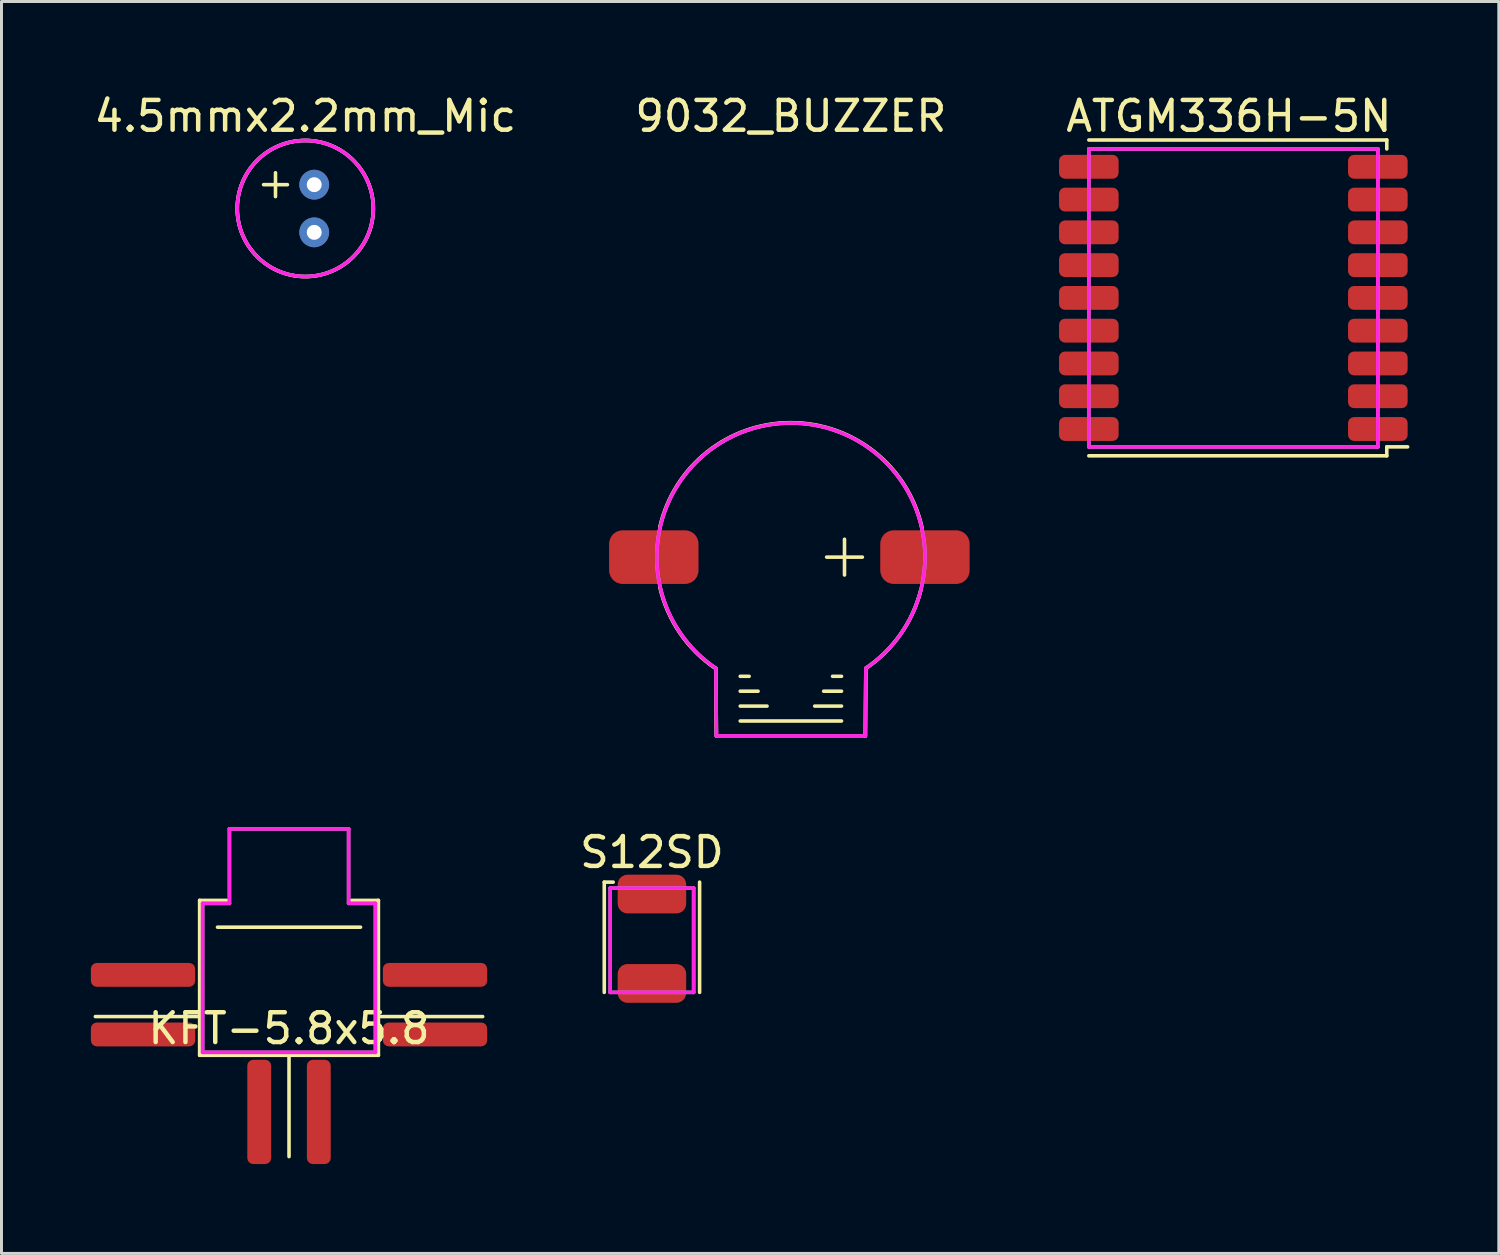
<source format=kicad_pcb>
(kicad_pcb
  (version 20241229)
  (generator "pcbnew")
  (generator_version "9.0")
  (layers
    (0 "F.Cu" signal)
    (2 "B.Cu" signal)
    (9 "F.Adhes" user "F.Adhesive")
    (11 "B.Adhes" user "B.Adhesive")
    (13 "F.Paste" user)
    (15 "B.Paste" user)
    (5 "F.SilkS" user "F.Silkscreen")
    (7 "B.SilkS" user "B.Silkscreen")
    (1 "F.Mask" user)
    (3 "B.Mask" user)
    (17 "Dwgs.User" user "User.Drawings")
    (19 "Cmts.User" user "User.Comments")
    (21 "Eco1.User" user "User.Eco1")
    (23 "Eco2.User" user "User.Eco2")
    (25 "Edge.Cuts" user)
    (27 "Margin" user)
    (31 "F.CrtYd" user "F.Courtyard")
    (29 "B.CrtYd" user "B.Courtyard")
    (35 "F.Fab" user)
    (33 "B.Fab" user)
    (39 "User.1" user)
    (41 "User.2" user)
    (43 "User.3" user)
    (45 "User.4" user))
  (footprint "4.5mmx2.2mm_Mic"
    (layer "F.Cu")
    (at 7.196 3.948)
    (property "Reference" "4.5mmx2.2mm_Mic" (at 0 -3.1 0) (layer "F.SilkS") (effects (font (size 1 1) (thickness 0.15))))
    (attr through_hole)
    (fp_line (start -1.4 -0.8) (end -0.6 -0.8) (stroke (width 0.12) (type solid)) (layer "F.SilkS"))
    (fp_line (start -1 -1.2) (end -1 -0.4) (stroke (width 0.12) (type solid)) (layer "F.SilkS"))
    (fp_circle (center 0 0) (end 2.1 0.9) (stroke (width 0.12) (type solid)) (fill no) (layer "F.SilkS"))
    (fp_circle (center 0 0) (end 2 1.1) (stroke (width 0.12) (type solid)) (fill no) (layer "F.CrtYd"))
    (fp_circle (center 0 0) (end 2 1.1) (stroke (width 0.12) (type solid)) (fill no) (layer "F.Fab"))
    (pad "1" thru_hole circle (at 0.3 0.8 90) (size 1 1) (drill 0.5) (layers "*.Cu" "*.Mask"))
    (pad "2" thru_hole circle (at 0.3 -0.8 90) (size 1 1) (drill 0.5) (layers "*.Cu" "*.Mask")))
  (footprint "KFT-5.8x5.8"
    (layer "F.Cu")
    (at 6.65 32.268)
    (property "Reference" "KFT-5.8x5.8" (at 0 -0.8 0) (layer "F.SilkS") (effects (font (size 1 1) (thickness 0.15))))
    (attr through_hole)
    (fp_line (start -6.5 -1.2) (end -3 -1.2) (stroke (width 0.12) (type solid)) (layer "F.SilkS"))
    (fp_line (start -3 -5.1) (end -2.1 -5.1) (stroke (width 0.12) (type solid)) (layer "F.SilkS"))
    (fp_line (start -3 0.1) (end -3 -5.1) (stroke (width 0.12) (type solid)) (layer "F.SilkS"))
    (fp_line (start -3 0.1) (end 3 0.1) (stroke (width 0.12) (type solid)) (layer "F.SilkS"))
    (fp_line (start -2.4 -4.2) (end 2.4 -4.2) (stroke (width 0.12) (type solid)) (layer "F.SilkS"))
    (fp_line (start 0 0.1) (end 0 3.5) (stroke (width 0.12) (type solid)) (layer "F.SilkS"))
    (fp_line (start 3 -5.1) (end 2.1 -5.1) (stroke (width 0.12) (type solid)) (layer "F.SilkS"))
    (fp_line (start 3 -1.2) (end 6.5 -1.2) (stroke (width 0.12) (type solid)) (layer "F.SilkS"))
    (fp_line (start 3 0.1) (end 3 -5.1) (stroke (width 0.12) (type solid)) (layer "F.SilkS"))
    (fp_line (start -2.9 -5) (end -2 -5) (stroke (width 0.12) (type solid)) (layer "F.CrtYd"))
    (fp_line (start -2.9 0) (end -2.9 -5) (stroke (width 0.12) (type solid)) (layer "F.CrtYd"))
    (fp_line (start -2.9 0) (end 2.9 0) (stroke (width 0.12) (type solid)) (layer "F.CrtYd"))
    (fp_line (start -2 -7.5) (end 2 -7.5) (stroke (width 0.12) (type solid)) (layer "F.CrtYd"))
    (fp_line (start -2 -5) (end -2 -7.5) (stroke (width 0.12) (type solid)) (layer "F.CrtYd"))
    (fp_line (start 2 -7.5) (end 2 -5) (stroke (width 0.12) (type solid)) (layer "F.CrtYd"))
    (fp_line (start 2.9 -5) (end 2 -5) (stroke (width 0.12) (type solid)) (layer "F.CrtYd"))
    (fp_line (start 2.9 0) (end 2.9 -5) (stroke (width 0.12) (type solid)) (layer "F.CrtYd"))
    (fp_line (start -2.9 -5) (end -2 -5) (stroke (width 0.12) (type solid)) (layer "F.Fab"))
    (fp_line (start -2.9 0) (end -2.9 -5) (stroke (width 0.12) (type solid)) (layer "F.Fab"))
    (fp_line (start -2 -7.5) (end 2 -7.5) (stroke (width 0.12) (type solid)) (layer "F.Fab"))
    (fp_line (start -2 -5) (end -2 -7.5) (stroke (width 0.12) (type solid)) (layer "F.Fab"))
    (fp_line (start 2 -7.5) (end 2 -5) (stroke (width 0.12) (type solid)) (layer "F.Fab"))
    (fp_line (start 2 -5) (end 2.9 -5) (stroke (width 0.12) (type solid)) (layer "F.Fab"))
    (fp_line (start 2.9 -5) (end 2.9 0) (stroke (width 0.12) (type solid)) (layer "F.Fab"))
    (fp_line (start 2.9 0) (end -2.9 0) (stroke (width 0.12) (type solid)) (layer "F.Fab"))
    (pad "1" smd roundrect (at -4.9 -2.6 90) (size 0.8 3.5) (layers "F.Cu" "F.Mask" "F.Paste") (roundrect_rratio 0.25))
    (pad "2" smd roundrect (at -4.9 -0.6 90) (size 0.8 3.5) (layers "F.Cu" "F.Mask" "F.Paste") (roundrect_rratio 0.25))
    (pad "3" smd roundrect (at -1 2) (size 0.8 3.5) (layers "F.Cu" "F.Mask" "F.Paste") (roundrect_rratio 0.25))
    (pad "4" smd roundrect (at 4.9 -2.6 90) (size 0.8 3.5) (layers "F.Cu" "F.Mask" "F.Paste") (roundrect_rratio 0.25))
    (pad "5" smd roundrect (at 4.9 -0.6 90) (size 0.8 3.5) (layers "F.Cu" "F.Mask" "F.Paste") (roundrect_rratio 0.25))
    (pad "6" smd roundrect (at 1 2) (size 0.8 3.5) (layers "F.Cu" "F.Mask" "F.Paste") (roundrect_rratio 0.25)))
  (footprint "S12SD"
    (layer "F.Cu")
    (at 18.83 26.956)
    (property "Reference" "S12SD" (at 0 -1.4 0) (layer "F.SilkS") (effects (font (size 1 1) (thickness 0.15))))
    (attr through_hole)
    (fp_line (start -1.6 -0.4) (end -1.6 3.3) (stroke (width 0.12) (type solid)) (layer "F.SilkS"))
    (fp_line (start -1.3 -0.4) (end -1.6 -0.4) (stroke (width 0.12) (type solid)) (layer "F.SilkS"))
    (fp_line (start 1.6 -0.4) (end 1.6 3.3) (stroke (width 0.12) (type solid)) (layer "F.SilkS"))
    (fp_line (start -1.4 -0.2) (end -1.4 3.3) (stroke (width 0.12) (type solid)) (layer "F.CrtYd"))
    (fp_line (start -1.4 -0.2) (end 1.4 -0.2) (stroke (width 0.12) (type solid)) (layer "F.CrtYd"))
    (fp_line (start -1.4 3.3) (end 1.4 3.3) (stroke (width 0.12) (type solid)) (layer "F.CrtYd"))
    (fp_line (start 1.4 -0.2) (end 1.4 3.3) (stroke (width 0.12) (type solid)) (layer "F.CrtYd"))
    (fp_line (start -1.4 -0.2) (end -1.4 3.3) (stroke (width 0.12) (type solid)) (layer "F.Fab"))
    (fp_line (start -1.4 3.3) (end 1.4 3.3) (stroke (width 0.12) (type solid)) (layer "F.Fab"))
    (fp_line (start 1.4 -0.2) (end -1.4 -0.2) (stroke (width 0.12) (type solid)) (layer "F.Fab"))
    (fp_line (start 1.4 3.3) (end 1.4 -0.2) (stroke (width 0.12) (type solid)) (layer "F.Fab"))
    (pad "1" smd roundrect (at 0 0) (size 2.3 1.3) (layers "F.Cu" "F.Mask" "F.Paste") (roundrect_rratio 0.25))
    (pad "2" smd roundrect (at 0 3) (size 2.3 1.3) (layers "F.Cu" "F.Mask" "F.Paste") (roundrect_rratio 0.25)))
  (footprint "9032_BUZZER"
    (layer "F.Cu")
    (at 23.493 15.648)
    (property "Reference" "9032_BUZZER" (at 0 -14.8 0) (layer "F.SilkS") (effects (font (size 1 1) (thickness 0.15))))
    (attr through_hole)
    (fp_line (start -2.516 3.731) (end -2.5 6) (stroke (width 0.12) (type solid)) (layer "F.SilkS"))
    (fp_line (start -1.7 4) (end -1.4 4) (stroke (width 0.12) (type solid)) (layer "F.SilkS"))
    (fp_line (start -1.7 4.5) (end -1.1 4.5) (stroke (width 0.12) (type solid)) (layer "F.SilkS"))
    (fp_line (start -1.7 5) (end -0.8 5) (stroke (width 0.12) (type solid)) (layer "F.SilkS"))
    (fp_line (start -1.7 5.5) (end 1.7 5.5) (stroke (width 0.12) (type solid)) (layer "F.SilkS"))
    (fp_line (start 0.8 5) (end 1.7 5) (stroke (width 0.12) (type solid)) (layer "F.SilkS"))
    (fp_line (start 1.1 4.5) (end 1.7 4.5) (stroke (width 0.12) (type solid)) (layer "F.SilkS"))
    (fp_line (start 1.2 0) (end 2.4 0) (stroke (width 0.12) (type solid)) (layer "F.SilkS"))
    (fp_line (start 1.4 4) (end 1.7 4) (stroke (width 0.12) (type solid)) (layer "F.SilkS"))
    (fp_line (start 1.8 0.6) (end 1.8 -0.6) (stroke (width 0.12) (type solid)) (layer "F.SilkS"))
    (fp_line (start 2.516 3.731) (end 2.5 6) (stroke (width 0.12) (type solid)) (layer "F.SilkS"))
    (fp_arc (start -4.399999 -1) (mid 0 -4.512205) (end 4.399999 -0.999999) (stroke (width 0.12) (type solid)) (layer "F.SilkS"))
    (fp_arc (start -2.523193 3.740787) (mid -3.722986 2.549385) (end -4.399999 0.999999) (stroke (width 0.12) (type solid)) (layer "F.SilkS"))
    (fp_arc (start 4.36564 1.09141) (mid 3.685367 2.582259) (end 2.516367 3.730668) (stroke (width 0.12) (type solid)) (layer "F.SilkS"))
    (fp_line (start -2.5 6) (end -2.516 3.731) (stroke (width 0.12) (type solid)) (layer "F.CrtYd"))
    (fp_line (start 2.5 6) (end -2.5 6) (stroke (width 0.12) (type solid)) (layer "F.CrtYd"))
    (fp_line (start 2.516 3.731) (end 2.5 6) (stroke (width 0.12) (type solid)) (layer "F.CrtYd"))
    (fp_arc (start -2.516368 3.730669) (mid 0 -4.5) (end 2.516368 3.730669) (stroke (width 0.12) (type solid)) (layer "F.CrtYd"))
    (fp_line (start -2.5 6) (end -2.516 3.731) (stroke (width 0.12) (type solid)) (layer "F.Fab"))
    (fp_line (start 2.5 6) (end -2.5 6) (stroke (width 0.12) (type solid)) (layer "F.Fab"))
    (fp_line (start 2.516 3.731) (end 2.5 6) (stroke (width 0.12) (type solid)) (layer "F.Fab"))
    (fp_arc (start -2.516368 3.730669) (mid 0 -4.5) (end 2.516368 3.730669) (stroke (width 0.12) (type solid)) (layer "F.Fab"))
    (pad "1" smd roundrect (at 4.5 0) (size 3 1.8) (layers "F.Cu" "F.Mask" "F.Paste") (roundrect_rratio 0.25))
    (pad "2" smd roundrect (at -4.6 0) (size 3 1.8) (layers "F.Cu" "F.Mask" "F.Paste") (roundrect_rratio 0.25)))
  (footprint "ATGM336H-5N"
    (layer "F.Cu")
    (at 38.193 7.348)
    (property "Reference" "ATGM336H-5N" (at 0 -6.5 0) (layer "F.SilkS") (effects (font (size 1 1) (thickness 0.15))))
    (attr through_hole)
    (fp_line (start -4.7 -5.7) (end 5.3 -5.7) (stroke (width 0.12) (type solid)) (layer "F.SilkS"))
    (fp_line (start -4.7 4.9) (end 5.3 4.9) (stroke (width 0.12) (type solid)) (layer "F.SilkS"))
    (fp_line (start 5.3 -5.7) (end 5.3 -5.4) (stroke (width 0.12) (type solid)) (layer "F.SilkS"))
    (fp_line (start 5.3 4.6) (end 6 4.6) (stroke (width 0.12) (type solid)) (layer "F.SilkS"))
    (fp_line (start 5.3 4.9) (end 5.3 4.6) (stroke (width 0.12) (type solid)) (layer "F.SilkS"))
    (fp_line (start -4.7 -5.4) (end -4.7 4.6) (stroke (width 0.12) (type solid)) (layer "F.CrtYd"))
    (fp_line (start -4.7 4.6) (end 5 4.6) (stroke (width 0.12) (type solid)) (layer "F.CrtYd"))
    (fp_line (start 5 -5.4) (end -4.7 -5.4) (stroke (width 0.12) (type solid)) (layer "F.CrtYd"))
    (fp_line (start 5 4.6) (end 5 -5.4) (stroke (width 0.12) (type solid)) (layer "F.CrtYd"))
    (fp_line (start -4.7 -5.4) (end -4.7 4.5) (stroke (width 0.12) (type solid)) (layer "F.Fab"))
    (fp_line (start -4.7 4.5) (end -4.7 4.6) (stroke (width 0.12) (type solid)) (layer "F.Fab"))
    (fp_line (start -4.7 4.6) (end 5 4.6) (stroke (width 0.12) (type solid)) (layer "F.Fab"))
    (fp_line (start 5 -5.4) (end -4.7 -5.4) (stroke (width 0.12) (type solid)) (layer "F.Fab"))
    (fp_line (start 5 4.6) (end 5 -5.4) (stroke (width 0.12) (type solid)) (layer "F.Fab"))
    (pad "1" smd roundrect (at 5 4 180) (size 2 0.8) (layers "F.Cu" "F.Mask" "F.Paste") (roundrect_rratio 0.25))
    (pad "2" smd roundrect (at 5 2.9 180) (size 2 0.8) (layers "F.Cu" "F.Mask" "F.Paste") (roundrect_rratio 0.25))
    (pad "3" smd roundrect (at 5 1.8 180) (size 2 0.8) (layers "F.Cu" "F.Mask" "F.Paste") (roundrect_rratio 0.25))
    (pad "4" smd roundrect (at 5 0.7 180) (size 2 0.8) (layers "F.Cu" "F.Mask" "F.Paste") (roundrect_rratio 0.25))
    (pad "5" smd roundrect (at 5 -0.4 180) (size 2 0.8) (layers "F.Cu" "F.Mask" "F.Paste") (roundrect_rratio 0.25))
    (pad "6" smd roundrect (at 5 -1.5 180) (size 2 0.8) (layers "F.Cu" "F.Mask" "F.Paste") (roundrect_rratio 0.25))
    (pad "7" smd roundrect (at 5 -2.6 180) (size 2 0.8) (layers "F.Cu" "F.Mask" "F.Paste") (roundrect_rratio 0.25))
    (pad "8" smd roundrect (at 5 -3.7 180) (size 2 0.8) (layers "F.Cu" "F.Mask" "F.Paste") (roundrect_rratio 0.25))
    (pad "9" smd roundrect (at 5 -4.8 180) (size 2 0.8) (layers "F.Cu" "F.Mask" "F.Paste") (roundrect_rratio 0.25))
    (pad "10" smd roundrect (at -4.7 -4.8 180) (size 2 0.8) (layers "F.Cu" "F.Mask" "F.Paste") (roundrect_rratio 0.25))
    (pad "11" smd roundrect (at -4.7 -3.7 180) (size 2 0.8) (layers "F.Cu" "F.Mask" "F.Paste") (roundrect_rratio 0.25))
    (pad "12" smd roundrect (at -4.7 -2.6 180) (size 2 0.8) (layers "F.Cu" "F.Mask" "F.Paste") (roundrect_rratio 0.25))
    (pad "13" smd roundrect (at -4.7 -1.5 180) (size 2 0.8) (layers "F.Cu" "F.Mask" "F.Paste") (roundrect_rratio 0.25))
    (pad "14" smd roundrect (at -4.7 -0.4 180) (size 2 0.8) (layers "F.Cu" "F.Mask" "F.Paste") (roundrect_rratio 0.25))
    (pad "15" smd roundrect (at -4.7 0.7 180) (size 2 0.8) (layers "F.Cu" "F.Mask" "F.Paste") (roundrect_rratio 0.25))
    (pad "16" smd roundrect (at -4.7 1.8 180) (size 2 0.8) (layers "F.Cu" "F.Mask" "F.Paste") (roundrect_rratio 0.25))
    (pad "17" smd roundrect (at -4.7 2.9 180) (size 2 0.8) (layers "F.Cu" "F.Mask" "F.Paste") (roundrect_rratio 0.25))
    (pad "18" smd roundrect (at -4.7 4 180) (size 2 0.8) (layers "F.Cu" "F.Mask" "F.Paste") (roundrect_rratio 0.25)))
  (gr_rect
    (start -3 -3)
    (end 47.253 39.018)
    (stroke (width 0.1) (type default))
    (fill no)
    (layer "Edge.Cuts")))
</source>
